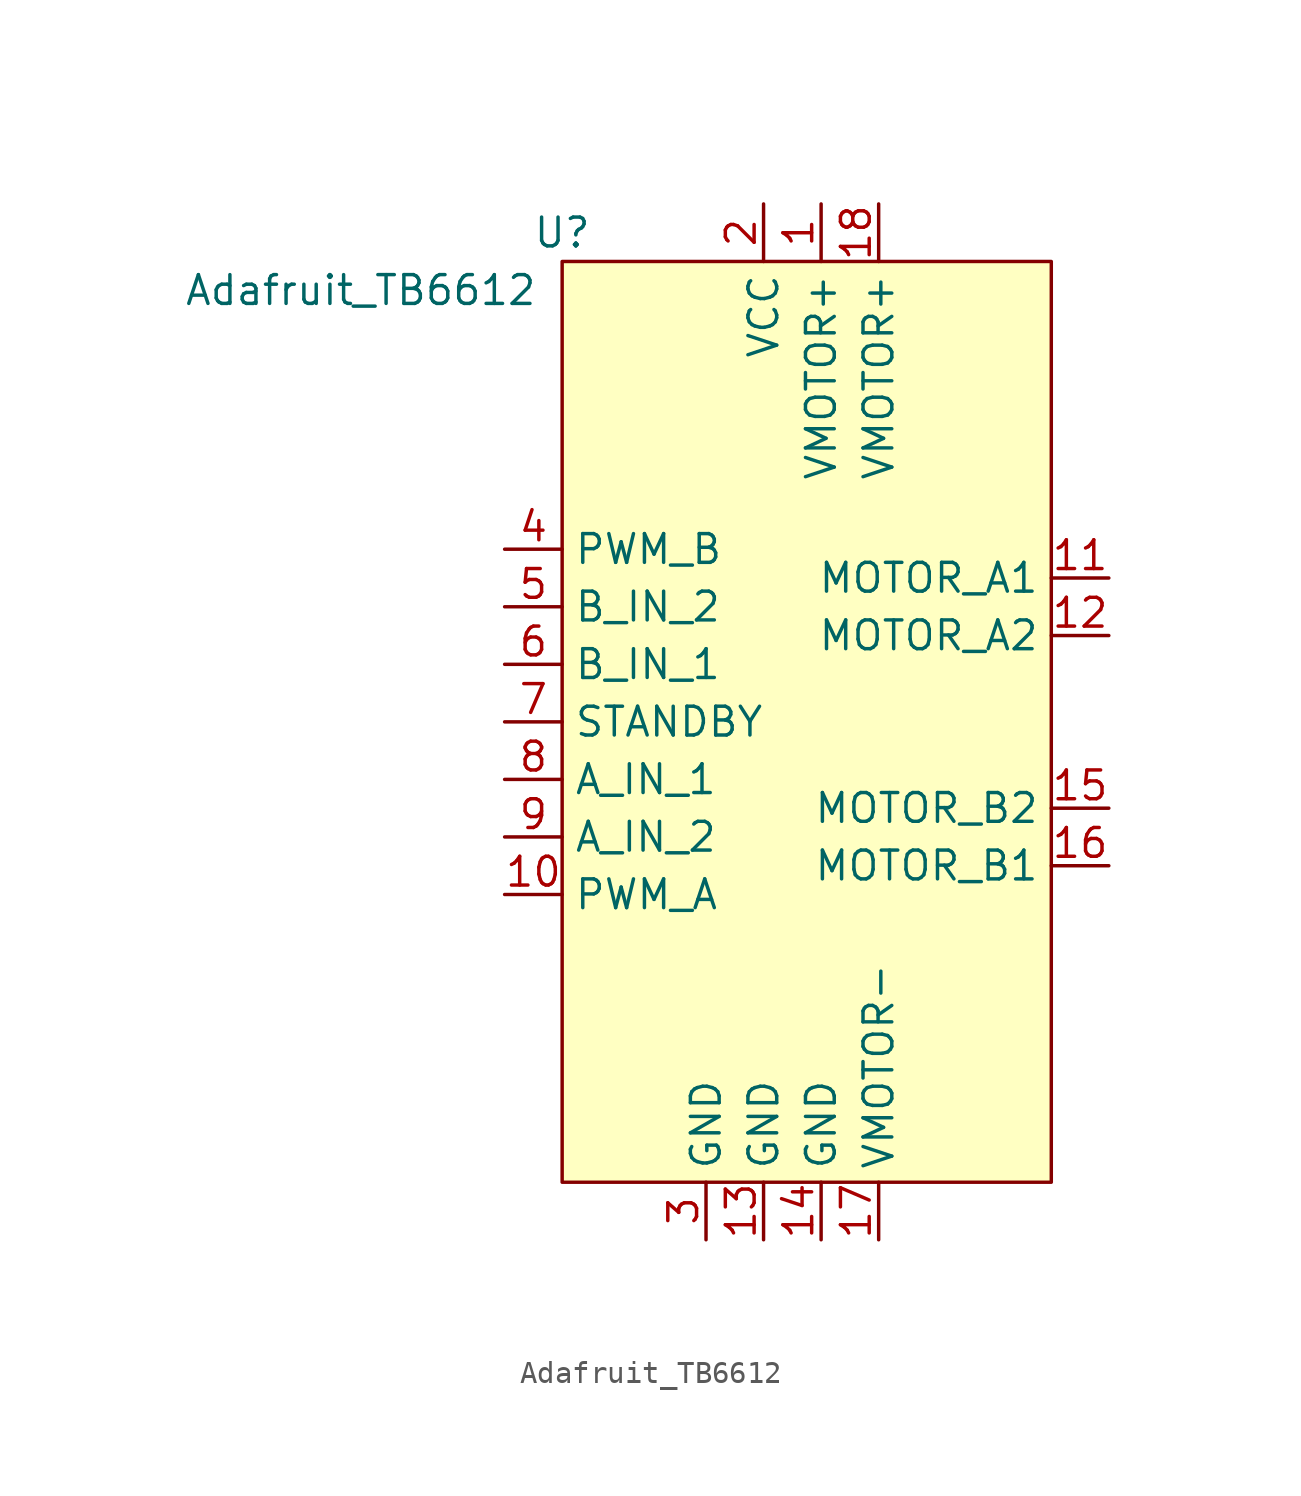
<source format=kicad_sym>
(kicad_symbol_lib
  (version 20211014)
  (generator kicad_symbol_editor)
  (symbol "Adafruit_TB6612"
    (property "Reference" "U"
      (at -10.16 21.59 0)
      (effects (font (size 1.27 1.27))))
    (property "Value" "Adafruit_TB6612"
      (at -19.05 19.05 0)
      (effects (font (size 1.27 1.27))))
    (symbol "Adafruit_TB6612_0_1"
      (rectangle (start -10.16 20.32) (end 11.43 -20.32) (stroke (width 0) (type default) (color 0 0 0 0)) (fill (type background))))
    (symbol "Adafruit_TB6612_1_1"
      (pin power_in line (at 1.27 22.86 270) (length 2.54) (name "VMOTOR+" (effects (font (size 1.27 1.27)))) (number "1" (effects (font (size 1.27 1.27)))))
      (pin input line (at -12.7 -7.62 0) (length 2.54) (name "PWM_A" (effects (font (size 1.27 1.27)))) (number "10" (effects (font (size 1.27 1.27)))))
      (pin output line (at 13.97 6.35 180) (length 2.54) (name "MOTOR_A1" (effects (font (size 1.27 1.27)))) (number "11" (effects (font (size 1.27 1.27)))))
      (pin output line (at 13.97 3.81 180) (length 2.54) (name "MOTOR_A2" (effects (font (size 1.27 1.27)))) (number "12" (effects (font (size 1.27 1.27)))))
      (pin power_in line (at -1.27 -22.86 90) (length 2.54) (name "GND" (effects (font (size 1.27 1.27)))) (number "13" (effects (font (size 1.27 1.27)))))
      (pin power_in line (at 1.27 -22.86 90) (length 2.54) (name "GND" (effects (font (size 1.27 1.27)))) (number "14" (effects (font (size 1.27 1.27)))))
      (pin output line (at 13.97 -3.81 180) (length 2.54) (name "MOTOR_B2" (effects (font (size 1.27 1.27)))) (number "15" (effects (font (size 1.27 1.27)))))
      (pin output line (at 13.97 -6.35 180) (length 2.54) (name "MOTOR_B1" (effects (font (size 1.27 1.27)))) (number "16" (effects (font (size 1.27 1.27)))))
      (pin power_in line (at 3.81 -22.86 90) (length 2.54) (name "VMOTOR-" (effects (font (size 1.27 1.27)))) (number "17" (effects (font (size 1.27 1.27)))))
      (pin power_in line (at 3.81 22.86 270) (length 2.54) (name "VMOTOR+" (effects (font (size 1.27 1.27)))) (number "18" (effects (font (size 1.27 1.27)))))
      (pin power_in line (at -1.27 22.86 270) (length 2.54) (name "VCC" (effects (font (size 1.27 1.27)))) (number "2" (effects (font (size 1.27 1.27)))))
      (pin power_in line (at -3.81 -22.86 90) (length 2.54) (name "GND" (effects (font (size 1.27 1.27)))) (number "3" (effects (font (size 1.27 1.27)))))
      (pin input line (at -12.7 7.62 0) (length 2.54) (name "PWM_B" (effects (font (size 1.27 1.27)))) (number "4" (effects (font (size 1.27 1.27)))))
      (pin input line (at -12.7 5.08 0) (length 2.54) (name "B_IN_2" (effects (font (size 1.27 1.27)))) (number "5" (effects (font (size 1.27 1.27)))))
      (pin input line (at -12.7 2.54 0) (length 2.54) (name "B_IN_1" (effects (font (size 1.27 1.27)))) (number "6" (effects (font (size 1.27 1.27)))))
      (pin input line (at -12.7 0 0) (length 2.54) (name "STANDBY" (effects (font (size 1.27 1.27)))) (number "7" (effects (font (size 1.27 1.27)))))
      (pin input line (at -12.7 -2.54 0) (length 2.54) (name "A_IN_1" (effects (font (size 1.27 1.27)))) (number "8" (effects (font (size 1.27 1.27)))))
      (pin input line (at -12.7 -5.08 0) (length 2.54) (name "A_IN_2" (effects (font (size 1.27 1.27)))) (number "9" (effects (font (size 1.27 1.27))))))))
</source>
